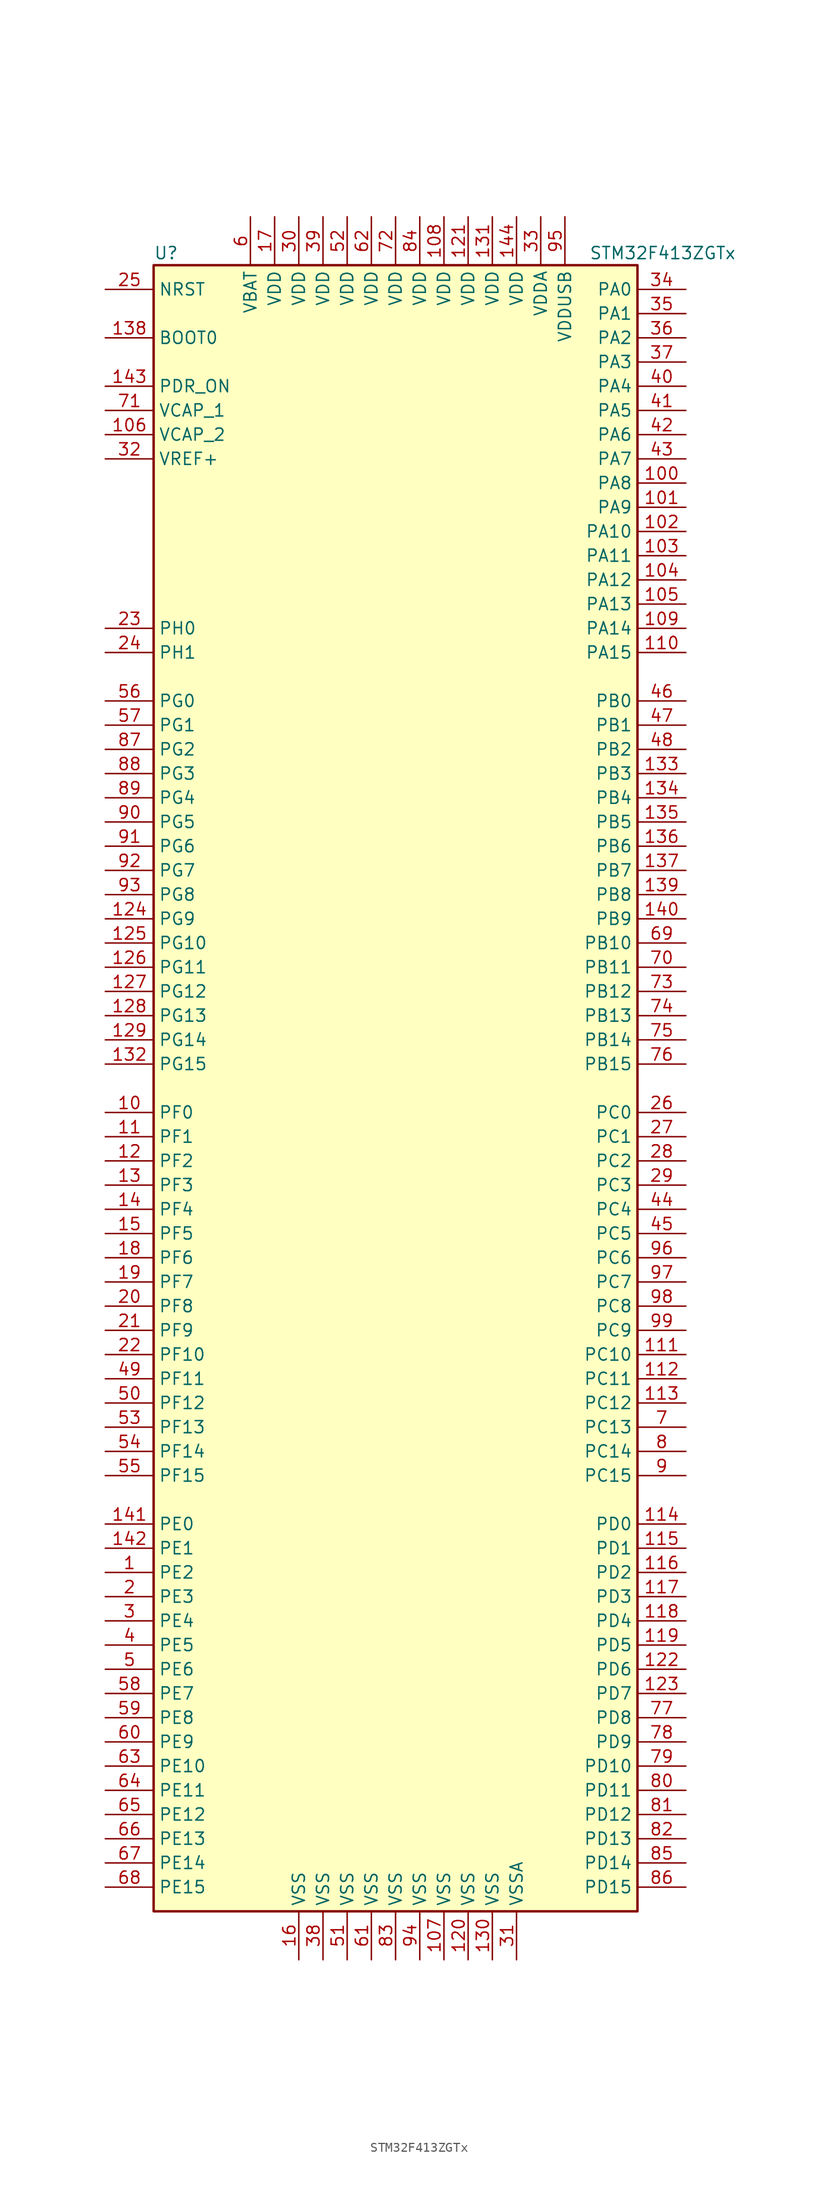
<source format=kicad_sym>
(kicad_symbol_lib
  (version 20220914)
  (generator kicad_symbol_editor)
  (symbol "STM32F413ZGTx"
    (property "Reference" "U"
      (at -25.4 87.63 0)
      (effects (font (size 1.27 1.27)) (justify left)))
    (property "Value" "STM32F413ZGTx"
      (at 20.32 87.63 0)
      (effects (font (size 1.27 1.27)) (justify left)))
    (symbol "STM32F413ZGTx_0_1"
      (rectangle (start -25.4 -86.36) (end 25.4 86.36) (stroke (width 0.254) (type default)) (fill (type background))))
    (symbol "STM32F413ZGTx_1_1"
      (pin bidirectional line (at -30.48 -50.8 0) (length 5.08) (name "PE2" (effects (font (size 1.27 1.27)))) (number "1" (effects (font (size 1.27 1.27)))))
      (pin bidirectional line (at -30.48 -2.54 0) (length 5.08) (name "PF0" (effects (font (size 1.27 1.27)))) (number "10" (effects (font (size 1.27 1.27)))))
      (pin bidirectional line (at 30.48 63.5 180) (length 5.08) (name "PA8" (effects (font (size 1.27 1.27)))) (number "100" (effects (font (size 1.27 1.27)))))
      (pin bidirectional line (at 30.48 60.96 180) (length 5.08) (name "PA9" (effects (font (size 1.27 1.27)))) (number "101" (effects (font (size 1.27 1.27)))))
      (pin bidirectional line (at 30.48 58.42 180) (length 5.08) (name "PA10" (effects (font (size 1.27 1.27)))) (number "102" (effects (font (size 1.27 1.27)))))
      (pin bidirectional line (at 30.48 55.88 180) (length 5.08) (name "PA11" (effects (font (size 1.27 1.27)))) (number "103" (effects (font (size 1.27 1.27)))))
      (pin bidirectional line (at 30.48 53.34 180) (length 5.08) (name "PA12" (effects (font (size 1.27 1.27)))) (number "104" (effects (font (size 1.27 1.27)))))
      (pin bidirectional line (at 30.48 50.8 180) (length 5.08) (name "PA13" (effects (font (size 1.27 1.27)))) (number "105" (effects (font (size 1.27 1.27)))))
      (pin power_in line (at -30.48 68.58 0) (length 5.08) (name "VCAP_2" (effects (font (size 1.27 1.27)))) (number "106" (effects (font (size 1.27 1.27)))))
      (pin power_in line (at 5.08 -91.44 90) (length 5.08) (name "VSS" (effects (font (size 1.27 1.27)))) (number "107" (effects (font (size 1.27 1.27)))))
      (pin power_in line (at 5.08 91.44 270) (length 5.08) (name "VDD" (effects (font (size 1.27 1.27)))) (number "108" (effects (font (size 1.27 1.27)))))
      (pin bidirectional line (at 30.48 48.26 180) (length 5.08) (name "PA14" (effects (font (size 1.27 1.27)))) (number "109" (effects (font (size 1.27 1.27)))))
      (pin bidirectional line (at -30.48 -5.08 0) (length 5.08) (name "PF1" (effects (font (size 1.27 1.27)))) (number "11" (effects (font (size 1.27 1.27)))))
      (pin bidirectional line (at 30.48 45.72 180) (length 5.08) (name "PA15" (effects (font (size 1.27 1.27)))) (number "110" (effects (font (size 1.27 1.27)))))
      (pin bidirectional line (at 30.48 -27.94 180) (length 5.08) (name "PC10" (effects (font (size 1.27 1.27)))) (number "111" (effects (font (size 1.27 1.27)))))
      (pin bidirectional line (at 30.48 -30.48 180) (length 5.08) (name "PC11" (effects (font (size 1.27 1.27)))) (number "112" (effects (font (size 1.27 1.27)))))
      (pin bidirectional line (at 30.48 -33.02 180) (length 5.08) (name "PC12" (effects (font (size 1.27 1.27)))) (number "113" (effects (font (size 1.27 1.27)))))
      (pin bidirectional line (at 30.48 -45.72 180) (length 5.08) (name "PD0" (effects (font (size 1.27 1.27)))) (number "114" (effects (font (size 1.27 1.27)))))
      (pin bidirectional line (at 30.48 -48.26 180) (length 5.08) (name "PD1" (effects (font (size 1.27 1.27)))) (number "115" (effects (font (size 1.27 1.27)))))
      (pin bidirectional line (at 30.48 -50.8 180) (length 5.08) (name "PD2" (effects (font (size 1.27 1.27)))) (number "116" (effects (font (size 1.27 1.27)))))
      (pin bidirectional line (at 30.48 -53.34 180) (length 5.08) (name "PD3" (effects (font (size 1.27 1.27)))) (number "117" (effects (font (size 1.27 1.27)))))
      (pin bidirectional line (at 30.48 -55.88 180) (length 5.08) (name "PD4" (effects (font (size 1.27 1.27)))) (number "118" (effects (font (size 1.27 1.27)))))
      (pin bidirectional line (at 30.48 -58.42 180) (length 5.08) (name "PD5" (effects (font (size 1.27 1.27)))) (number "119" (effects (font (size 1.27 1.27)))))
      (pin bidirectional line (at -30.48 -7.62 0) (length 5.08) (name "PF2" (effects (font (size 1.27 1.27)))) (number "12" (effects (font (size 1.27 1.27)))))
      (pin power_in line (at 7.62 -91.44 90) (length 5.08) (name "VSS" (effects (font (size 1.27 1.27)))) (number "120" (effects (font (size 1.27 1.27)))))
      (pin power_in line (at 7.62 91.44 270) (length 5.08) (name "VDD" (effects (font (size 1.27 1.27)))) (number "121" (effects (font (size 1.27 1.27)))))
      (pin bidirectional line (at 30.48 -60.96 180) (length 5.08) (name "PD6" (effects (font (size 1.27 1.27)))) (number "122" (effects (font (size 1.27 1.27)))))
      (pin bidirectional line (at 30.48 -63.5 180) (length 5.08) (name "PD7" (effects (font (size 1.27 1.27)))) (number "123" (effects (font (size 1.27 1.27)))))
      (pin bidirectional line (at -30.48 17.78 0) (length 5.08) (name "PG9" (effects (font (size 1.27 1.27)))) (number "124" (effects (font (size 1.27 1.27)))))
      (pin bidirectional line (at -30.48 15.24 0) (length 5.08) (name "PG10" (effects (font (size 1.27 1.27)))) (number "125" (effects (font (size 1.27 1.27)))))
      (pin bidirectional line (at -30.48 12.7 0) (length 5.08) (name "PG11" (effects (font (size 1.27 1.27)))) (number "126" (effects (font (size 1.27 1.27)))))
      (pin bidirectional line (at -30.48 10.16 0) (length 5.08) (name "PG12" (effects (font (size 1.27 1.27)))) (number "127" (effects (font (size 1.27 1.27)))))
      (pin bidirectional line (at -30.48 7.62 0) (length 5.08) (name "PG13" (effects (font (size 1.27 1.27)))) (number "128" (effects (font (size 1.27 1.27)))))
      (pin bidirectional line (at -30.48 5.08 0) (length 5.08) (name "PG14" (effects (font (size 1.27 1.27)))) (number "129" (effects (font (size 1.27 1.27)))))
      (pin bidirectional line (at -30.48 -10.16 0) (length 5.08) (name "PF3" (effects (font (size 1.27 1.27)))) (number "13" (effects (font (size 1.27 1.27)))))
      (pin power_in line (at 10.16 -91.44 90) (length 5.08) (name "VSS" (effects (font (size 1.27 1.27)))) (number "130" (effects (font (size 1.27 1.27)))))
      (pin power_in line (at 10.16 91.44 270) (length 5.08) (name "VDD" (effects (font (size 1.27 1.27)))) (number "131" (effects (font (size 1.27 1.27)))))
      (pin bidirectional line (at -30.48 2.54 0) (length 5.08) (name "PG15" (effects (font (size 1.27 1.27)))) (number "132" (effects (font (size 1.27 1.27)))))
      (pin bidirectional line (at 30.48 33.02 180) (length 5.08) (name "PB3" (effects (font (size 1.27 1.27)))) (number "133" (effects (font (size 1.27 1.27)))))
      (pin bidirectional line (at 30.48 30.48 180) (length 5.08) (name "PB4" (effects (font (size 1.27 1.27)))) (number "134" (effects (font (size 1.27 1.27)))))
      (pin bidirectional line (at 30.48 27.94 180) (length 5.08) (name "PB5" (effects (font (size 1.27 1.27)))) (number "135" (effects (font (size 1.27 1.27)))))
      (pin bidirectional line (at 30.48 25.4 180) (length 5.08) (name "PB6" (effects (font (size 1.27 1.27)))) (number "136" (effects (font (size 1.27 1.27)))))
      (pin bidirectional line (at 30.48 22.86 180) (length 5.08) (name "PB7" (effects (font (size 1.27 1.27)))) (number "137" (effects (font (size 1.27 1.27)))))
      (pin input line (at -30.48 78.74 0) (length 5.08) (name "BOOT0" (effects (font (size 1.27 1.27)))) (number "138" (effects (font (size 1.27 1.27)))))
      (pin bidirectional line (at 30.48 20.32 180) (length 5.08) (name "PB8" (effects (font (size 1.27 1.27)))) (number "139" (effects (font (size 1.27 1.27)))))
      (pin bidirectional line (at -30.48 -12.7 0) (length 5.08) (name "PF4" (effects (font (size 1.27 1.27)))) (number "14" (effects (font (size 1.27 1.27)))))
      (pin bidirectional line (at 30.48 17.78 180) (length 5.08) (name "PB9" (effects (font (size 1.27 1.27)))) (number "140" (effects (font (size 1.27 1.27)))))
      (pin bidirectional line (at -30.48 -45.72 0) (length 5.08) (name "PE0" (effects (font (size 1.27 1.27)))) (number "141" (effects (font (size 1.27 1.27)))))
      (pin bidirectional line (at -30.48 -48.26 0) (length 5.08) (name "PE1" (effects (font (size 1.27 1.27)))) (number "142" (effects (font (size 1.27 1.27)))))
      (pin power_in line (at -30.48 73.66 0) (length 5.08) (name "PDR_ON" (effects (font (size 1.27 1.27)))) (number "143" (effects (font (size 1.27 1.27)))))
      (pin power_in line (at 12.7 91.44 270) (length 5.08) (name "VDD" (effects (font (size 1.27 1.27)))) (number "144" (effects (font (size 1.27 1.27)))))
      (pin bidirectional line (at -30.48 -15.24 0) (length 5.08) (name "PF5" (effects (font (size 1.27 1.27)))) (number "15" (effects (font (size 1.27 1.27)))))
      (pin power_in line (at -10.16 -91.44 90) (length 5.08) (name "VSS" (effects (font (size 1.27 1.27)))) (number "16" (effects (font (size 1.27 1.27)))))
      (pin power_in line (at -12.7 91.44 270) (length 5.08) (name "VDD" (effects (font (size 1.27 1.27)))) (number "17" (effects (font (size 1.27 1.27)))))
      (pin bidirectional line (at -30.48 -17.78 0) (length 5.08) (name "PF6" (effects (font (size 1.27 1.27)))) (number "18" (effects (font (size 1.27 1.27)))))
      (pin bidirectional line (at -30.48 -20.32 0) (length 5.08) (name "PF7" (effects (font (size 1.27 1.27)))) (number "19" (effects (font (size 1.27 1.27)))))
      (pin bidirectional line (at -30.48 -53.34 0) (length 5.08) (name "PE3" (effects (font (size 1.27 1.27)))) (number "2" (effects (font (size 1.27 1.27)))))
      (pin bidirectional line (at -30.48 -22.86 0) (length 5.08) (name "PF8" (effects (font (size 1.27 1.27)))) (number "20" (effects (font (size 1.27 1.27)))))
      (pin bidirectional line (at -30.48 -25.4 0) (length 5.08) (name "PF9" (effects (font (size 1.27 1.27)))) (number "21" (effects (font (size 1.27 1.27)))))
      (pin bidirectional line (at -30.48 -27.94 0) (length 5.08) (name "PF10" (effects (font (size 1.27 1.27)))) (number "22" (effects (font (size 1.27 1.27)))))
      (pin input line (at -30.48 48.26 0) (length 5.08) (name "PH0" (effects (font (size 1.27 1.27)))) (number "23" (effects (font (size 1.27 1.27)))))
      (pin input line (at -30.48 45.72 0) (length 5.08) (name "PH1" (effects (font (size 1.27 1.27)))) (number "24" (effects (font (size 1.27 1.27)))))
      (pin input line (at -30.48 83.82 0) (length 5.08) (name "NRST" (effects (font (size 1.27 1.27)))) (number "25" (effects (font (size 1.27 1.27)))))
      (pin bidirectional line (at 30.48 -2.54 180) (length 5.08) (name "PC0" (effects (font (size 1.27 1.27)))) (number "26" (effects (font (size 1.27 1.27)))))
      (pin bidirectional line (at 30.48 -5.08 180) (length 5.08) (name "PC1" (effects (font (size 1.27 1.27)))) (number "27" (effects (font (size 1.27 1.27)))))
      (pin bidirectional line (at 30.48 -7.62 180) (length 5.08) (name "PC2" (effects (font (size 1.27 1.27)))) (number "28" (effects (font (size 1.27 1.27)))))
      (pin bidirectional line (at 30.48 -10.16 180) (length 5.08) (name "PC3" (effects (font (size 1.27 1.27)))) (number "29" (effects (font (size 1.27 1.27)))))
      (pin bidirectional line (at -30.48 -55.88 0) (length 5.08) (name "PE4" (effects (font (size 1.27 1.27)))) (number "3" (effects (font (size 1.27 1.27)))))
      (pin power_in line (at -10.16 91.44 270) (length 5.08) (name "VDD" (effects (font (size 1.27 1.27)))) (number "30" (effects (font (size 1.27 1.27)))))
      (pin power_in line (at 12.7 -91.44 90) (length 5.08) (name "VSSA" (effects (font (size 1.27 1.27)))) (number "31" (effects (font (size 1.27 1.27)))))
      (pin power_in line (at -30.48 66.04 0) (length 5.08) (name "VREF+" (effects (font (size 1.27 1.27)))) (number "32" (effects (font (size 1.27 1.27)))))
      (pin power_in line (at 15.24 91.44 270) (length 5.08) (name "VDDA" (effects (font (size 1.27 1.27)))) (number "33" (effects (font (size 1.27 1.27)))))
      (pin bidirectional line (at 30.48 83.82 180) (length 5.08) (name "PA0" (effects (font (size 1.27 1.27)))) (number "34" (effects (font (size 1.27 1.27)))))
      (pin bidirectional line (at 30.48 81.28 180) (length 5.08) (name "PA1" (effects (font (size 1.27 1.27)))) (number "35" (effects (font (size 1.27 1.27)))))
      (pin bidirectional line (at 30.48 78.74 180) (length 5.08) (name "PA2" (effects (font (size 1.27 1.27)))) (number "36" (effects (font (size 1.27 1.27)))))
      (pin bidirectional line (at 30.48 76.2 180) (length 5.08) (name "PA3" (effects (font (size 1.27 1.27)))) (number "37" (effects (font (size 1.27 1.27)))))
      (pin power_in line (at -7.62 -91.44 90) (length 5.08) (name "VSS" (effects (font (size 1.27 1.27)))) (number "38" (effects (font (size 1.27 1.27)))))
      (pin power_in line (at -7.62 91.44 270) (length 5.08) (name "VDD" (effects (font (size 1.27 1.27)))) (number "39" (effects (font (size 1.27 1.27)))))
      (pin bidirectional line (at -30.48 -58.42 0) (length 5.08) (name "PE5" (effects (font (size 1.27 1.27)))) (number "4" (effects (font (size 1.27 1.27)))))
      (pin bidirectional line (at 30.48 73.66 180) (length 5.08) (name "PA4" (effects (font (size 1.27 1.27)))) (number "40" (effects (font (size 1.27 1.27)))))
      (pin bidirectional line (at 30.48 71.12 180) (length 5.08) (name "PA5" (effects (font (size 1.27 1.27)))) (number "41" (effects (font (size 1.27 1.27)))))
      (pin bidirectional line (at 30.48 68.58 180) (length 5.08) (name "PA6" (effects (font (size 1.27 1.27)))) (number "42" (effects (font (size 1.27 1.27)))))
      (pin bidirectional line (at 30.48 66.04 180) (length 5.08) (name "PA7" (effects (font (size 1.27 1.27)))) (number "43" (effects (font (size 1.27 1.27)))))
      (pin bidirectional line (at 30.48 -12.7 180) (length 5.08) (name "PC4" (effects (font (size 1.27 1.27)))) (number "44" (effects (font (size 1.27 1.27)))))
      (pin bidirectional line (at 30.48 -15.24 180) (length 5.08) (name "PC5" (effects (font (size 1.27 1.27)))) (number "45" (effects (font (size 1.27 1.27)))))
      (pin bidirectional line (at 30.48 40.64 180) (length 5.08) (name "PB0" (effects (font (size 1.27 1.27)))) (number "46" (effects (font (size 1.27 1.27)))))
      (pin bidirectional line (at 30.48 38.1 180) (length 5.08) (name "PB1" (effects (font (size 1.27 1.27)))) (number "47" (effects (font (size 1.27 1.27)))))
      (pin bidirectional line (at 30.48 35.56 180) (length 5.08) (name "PB2" (effects (font (size 1.27 1.27)))) (number "48" (effects (font (size 1.27 1.27)))))
      (pin bidirectional line (at -30.48 -30.48 0) (length 5.08) (name "PF11" (effects (font (size 1.27 1.27)))) (number "49" (effects (font (size 1.27 1.27)))))
      (pin bidirectional line (at -30.48 -60.96 0) (length 5.08) (name "PE6" (effects (font (size 1.27 1.27)))) (number "5" (effects (font (size 1.27 1.27)))))
      (pin bidirectional line (at -30.48 -33.02 0) (length 5.08) (name "PF12" (effects (font (size 1.27 1.27)))) (number "50" (effects (font (size 1.27 1.27)))))
      (pin power_in line (at -5.08 -91.44 90) (length 5.08) (name "VSS" (effects (font (size 1.27 1.27)))) (number "51" (effects (font (size 1.27 1.27)))))
      (pin power_in line (at -5.08 91.44 270) (length 5.08) (name "VDD" (effects (font (size 1.27 1.27)))) (number "52" (effects (font (size 1.27 1.27)))))
      (pin bidirectional line (at -30.48 -35.56 0) (length 5.08) (name "PF13" (effects (font (size 1.27 1.27)))) (number "53" (effects (font (size 1.27 1.27)))))
      (pin bidirectional line (at -30.48 -38.1 0) (length 5.08) (name "PF14" (effects (font (size 1.27 1.27)))) (number "54" (effects (font (size 1.27 1.27)))))
      (pin bidirectional line (at -30.48 -40.64 0) (length 5.08) (name "PF15" (effects (font (size 1.27 1.27)))) (number "55" (effects (font (size 1.27 1.27)))))
      (pin bidirectional line (at -30.48 40.64 0) (length 5.08) (name "PG0" (effects (font (size 1.27 1.27)))) (number "56" (effects (font (size 1.27 1.27)))))
      (pin bidirectional line (at -30.48 38.1 0) (length 5.08) (name "PG1" (effects (font (size 1.27 1.27)))) (number "57" (effects (font (size 1.27 1.27)))))
      (pin bidirectional line (at -30.48 -63.5 0) (length 5.08) (name "PE7" (effects (font (size 1.27 1.27)))) (number "58" (effects (font (size 1.27 1.27)))))
      (pin bidirectional line (at -30.48 -66.04 0) (length 5.08) (name "PE8" (effects (font (size 1.27 1.27)))) (number "59" (effects (font (size 1.27 1.27)))))
      (pin power_in line (at -15.24 91.44 270) (length 5.08) (name "VBAT" (effects (font (size 1.27 1.27)))) (number "6" (effects (font (size 1.27 1.27)))))
      (pin bidirectional line (at -30.48 -68.58 0) (length 5.08) (name "PE9" (effects (font (size 1.27 1.27)))) (number "60" (effects (font (size 1.27 1.27)))))
      (pin power_in line (at -2.54 -91.44 90) (length 5.08) (name "VSS" (effects (font (size 1.27 1.27)))) (number "61" (effects (font (size 1.27 1.27)))))
      (pin power_in line (at -2.54 91.44 270) (length 5.08) (name "VDD" (effects (font (size 1.27 1.27)))) (number "62" (effects (font (size 1.27 1.27)))))
      (pin bidirectional line (at -30.48 -71.12 0) (length 5.08) (name "PE10" (effects (font (size 1.27 1.27)))) (number "63" (effects (font (size 1.27 1.27)))))
      (pin bidirectional line (at -30.48 -73.66 0) (length 5.08) (name "PE11" (effects (font (size 1.27 1.27)))) (number "64" (effects (font (size 1.27 1.27)))))
      (pin bidirectional line (at -30.48 -76.2 0) (length 5.08) (name "PE12" (effects (font (size 1.27 1.27)))) (number "65" (effects (font (size 1.27 1.27)))))
      (pin bidirectional line (at -30.48 -78.74 0) (length 5.08) (name "PE13" (effects (font (size 1.27 1.27)))) (number "66" (effects (font (size 1.27 1.27)))))
      (pin bidirectional line (at -30.48 -81.28 0) (length 5.08) (name "PE14" (effects (font (size 1.27 1.27)))) (number "67" (effects (font (size 1.27 1.27)))))
      (pin bidirectional line (at -30.48 -83.82 0) (length 5.08) (name "PE15" (effects (font (size 1.27 1.27)))) (number "68" (effects (font (size 1.27 1.27)))))
      (pin bidirectional line (at 30.48 15.24 180) (length 5.08) (name "PB10" (effects (font (size 1.27 1.27)))) (number "69" (effects (font (size 1.27 1.27)))))
      (pin bidirectional line (at 30.48 -35.56 180) (length 5.08) (name "PC13" (effects (font (size 1.27 1.27)))) (number "7" (effects (font (size 1.27 1.27)))))
      (pin bidirectional line (at 30.48 12.7 180) (length 5.08) (name "PB11" (effects (font (size 1.27 1.27)))) (number "70" (effects (font (size 1.27 1.27)))))
      (pin power_in line (at -30.48 71.12 0) (length 5.08) (name "VCAP_1" (effects (font (size 1.27 1.27)))) (number "71" (effects (font (size 1.27 1.27)))))
      (pin power_in line (at 0 91.44 270) (length 5.08) (name "VDD" (effects (font (size 1.27 1.27)))) (number "72" (effects (font (size 1.27 1.27)))))
      (pin bidirectional line (at 30.48 10.16 180) (length 5.08) (name "PB12" (effects (font (size 1.27 1.27)))) (number "73" (effects (font (size 1.27 1.27)))))
      (pin bidirectional line (at 30.48 7.62 180) (length 5.08) (name "PB13" (effects (font (size 1.27 1.27)))) (number "74" (effects (font (size 1.27 1.27)))))
      (pin bidirectional line (at 30.48 5.08 180) (length 5.08) (name "PB14" (effects (font (size 1.27 1.27)))) (number "75" (effects (font (size 1.27 1.27)))))
      (pin bidirectional line (at 30.48 2.54 180) (length 5.08) (name "PB15" (effects (font (size 1.27 1.27)))) (number "76" (effects (font (size 1.27 1.27)))))
      (pin bidirectional line (at 30.48 -66.04 180) (length 5.08) (name "PD8" (effects (font (size 1.27 1.27)))) (number "77" (effects (font (size 1.27 1.27)))))
      (pin bidirectional line (at 30.48 -68.58 180) (length 5.08) (name "PD9" (effects (font (size 1.27 1.27)))) (number "78" (effects (font (size 1.27 1.27)))))
      (pin bidirectional line (at 30.48 -71.12 180) (length 5.08) (name "PD10" (effects (font (size 1.27 1.27)))) (number "79" (effects (font (size 1.27 1.27)))))
      (pin bidirectional line (at 30.48 -38.1 180) (length 5.08) (name "PC14" (effects (font (size 1.27 1.27)))) (number "8" (effects (font (size 1.27 1.27)))))
      (pin bidirectional line (at 30.48 -73.66 180) (length 5.08) (name "PD11" (effects (font (size 1.27 1.27)))) (number "80" (effects (font (size 1.27 1.27)))))
      (pin bidirectional line (at 30.48 -76.2 180) (length 5.08) (name "PD12" (effects (font (size 1.27 1.27)))) (number "81" (effects (font (size 1.27 1.27)))))
      (pin bidirectional line (at 30.48 -78.74 180) (length 5.08) (name "PD13" (effects (font (size 1.27 1.27)))) (number "82" (effects (font (size 1.27 1.27)))))
      (pin power_in line (at 0 -91.44 90) (length 5.08) (name "VSS" (effects (font (size 1.27 1.27)))) (number "83" (effects (font (size 1.27 1.27)))))
      (pin power_in line (at 2.54 91.44 270) (length 5.08) (name "VDD" (effects (font (size 1.27 1.27)))) (number "84" (effects (font (size 1.27 1.27)))))
      (pin bidirectional line (at 30.48 -81.28 180) (length 5.08) (name "PD14" (effects (font (size 1.27 1.27)))) (number "85" (effects (font (size 1.27 1.27)))))
      (pin bidirectional line (at 30.48 -83.82 180) (length 5.08) (name "PD15" (effects (font (size 1.27 1.27)))) (number "86" (effects (font (size 1.27 1.27)))))
      (pin bidirectional line (at -30.48 35.56 0) (length 5.08) (name "PG2" (effects (font (size 1.27 1.27)))) (number "87" (effects (font (size 1.27 1.27)))))
      (pin bidirectional line (at -30.48 33.02 0) (length 5.08) (name "PG3" (effects (font (size 1.27 1.27)))) (number "88" (effects (font (size 1.27 1.27)))))
      (pin bidirectional line (at -30.48 30.48 0) (length 5.08) (name "PG4" (effects (font (size 1.27 1.27)))) (number "89" (effects (font (size 1.27 1.27)))))
      (pin bidirectional line (at 30.48 -40.64 180) (length 5.08) (name "PC15" (effects (font (size 1.27 1.27)))) (number "9" (effects (font (size 1.27 1.27)))))
      (pin bidirectional line (at -30.48 27.94 0) (length 5.08) (name "PG5" (effects (font (size 1.27 1.27)))) (number "90" (effects (font (size 1.27 1.27)))))
      (pin bidirectional line (at -30.48 25.4 0) (length 5.08) (name "PG6" (effects (font (size 1.27 1.27)))) (number "91" (effects (font (size 1.27 1.27)))))
      (pin bidirectional line (at -30.48 22.86 0) (length 5.08) (name "PG7" (effects (font (size 1.27 1.27)))) (number "92" (effects (font (size 1.27 1.27)))))
      (pin bidirectional line (at -30.48 20.32 0) (length 5.08) (name "PG8" (effects (font (size 1.27 1.27)))) (number "93" (effects (font (size 1.27 1.27)))))
      (pin power_in line (at 2.54 -91.44 90) (length 5.08) (name "VSS" (effects (font (size 1.27 1.27)))) (number "94" (effects (font (size 1.27 1.27)))))
      (pin power_in line (at 17.78 91.44 270) (length 5.08) (name "VDDUSB" (effects (font (size 1.27 1.27)))) (number "95" (effects (font (size 1.27 1.27)))))
      (pin bidirectional line (at 30.48 -17.78 180) (length 5.08) (name "PC6" (effects (font (size 1.27 1.27)))) (number "96" (effects (font (size 1.27 1.27)))))
      (pin bidirectional line (at 30.48 -20.32 180) (length 5.08) (name "PC7" (effects (font (size 1.27 1.27)))) (number "97" (effects (font (size 1.27 1.27)))))
      (pin bidirectional line (at 30.48 -22.86 180) (length 5.08) (name "PC8" (effects (font (size 1.27 1.27)))) (number "98" (effects (font (size 1.27 1.27)))))
      (pin bidirectional line (at 30.48 -25.4 180) (length 5.08) (name "PC9" (effects (font (size 1.27 1.27)))) (number "99" (effects (font (size 1.27 1.27))))))))
</source>
